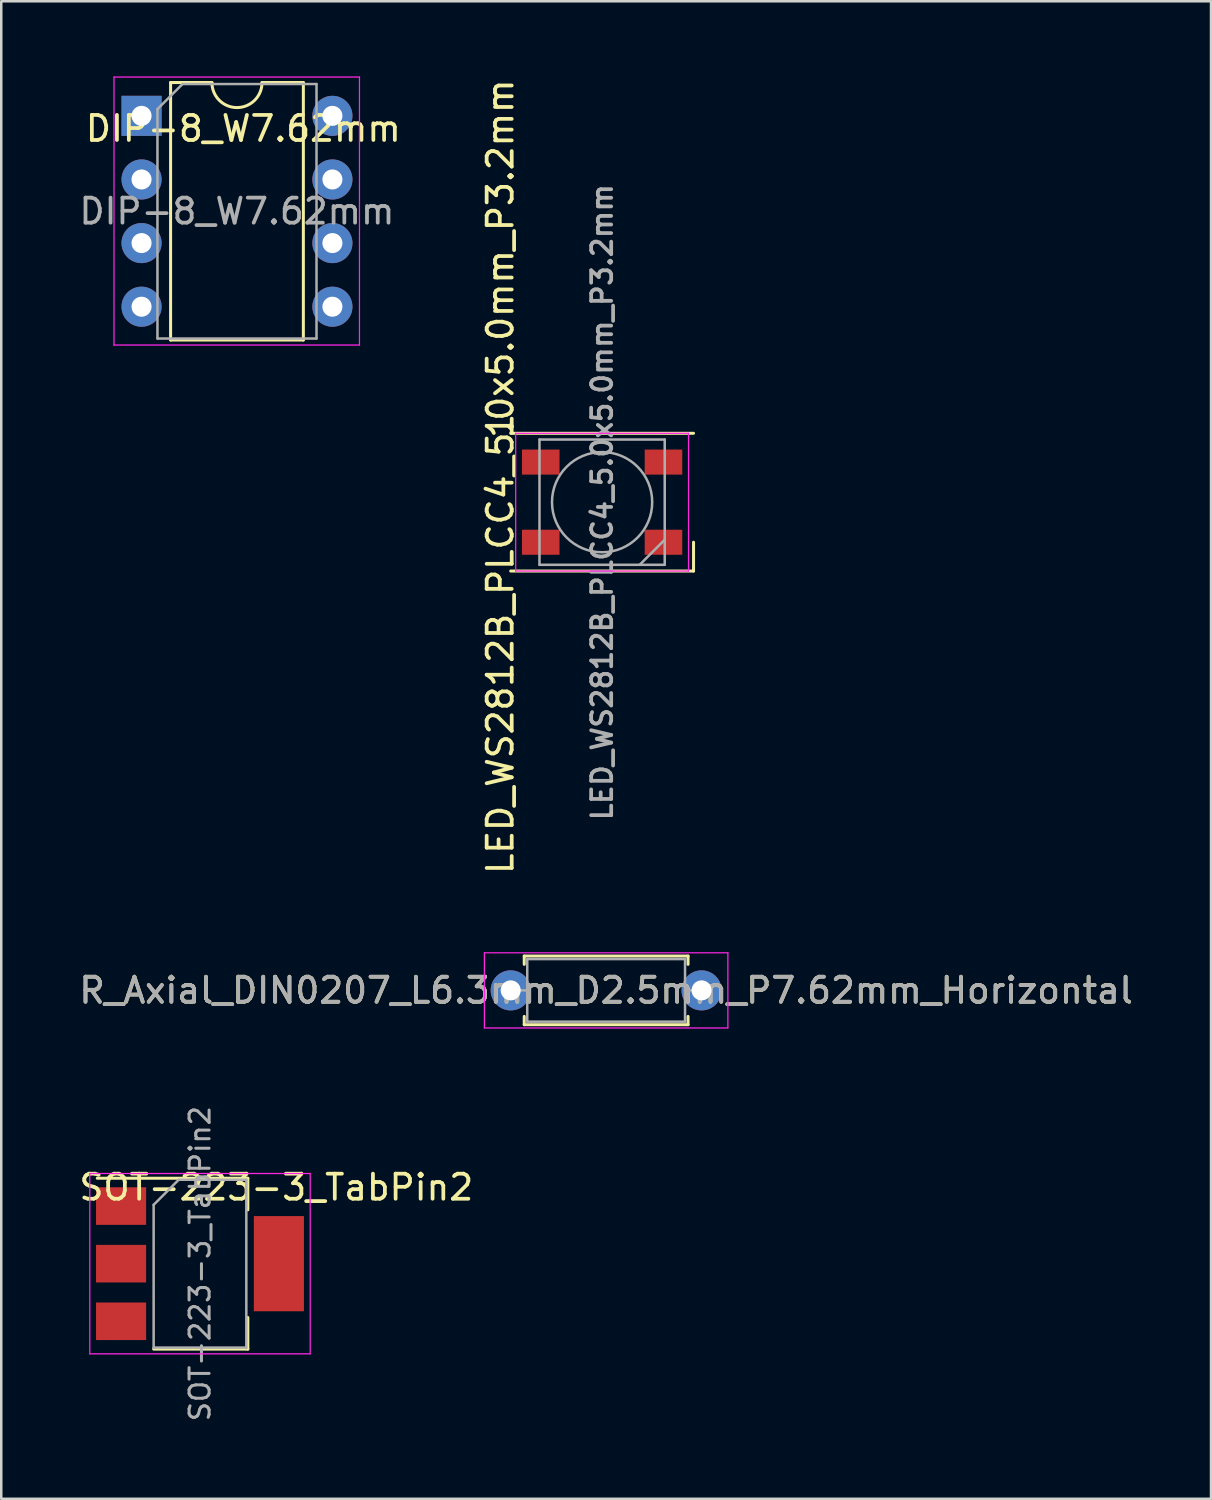
<source format=kicad_pcb>
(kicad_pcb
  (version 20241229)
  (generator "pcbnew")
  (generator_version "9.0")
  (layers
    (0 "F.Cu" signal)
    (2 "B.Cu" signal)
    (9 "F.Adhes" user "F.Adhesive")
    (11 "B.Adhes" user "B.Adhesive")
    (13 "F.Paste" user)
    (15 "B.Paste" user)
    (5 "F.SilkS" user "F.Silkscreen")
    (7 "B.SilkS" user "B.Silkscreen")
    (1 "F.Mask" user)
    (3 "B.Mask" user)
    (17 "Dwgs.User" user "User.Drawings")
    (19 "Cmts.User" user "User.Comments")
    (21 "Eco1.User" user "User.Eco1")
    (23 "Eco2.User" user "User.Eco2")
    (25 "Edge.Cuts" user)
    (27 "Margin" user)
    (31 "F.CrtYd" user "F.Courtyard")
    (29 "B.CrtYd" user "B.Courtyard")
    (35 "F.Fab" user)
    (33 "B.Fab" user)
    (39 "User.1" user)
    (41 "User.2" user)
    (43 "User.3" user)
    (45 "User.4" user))
  (footprint "DIP-8_W7.62mm"
    (layer "F.Cu")
    (at 2.601 1.575)
    (property "Reference" "DIP-8_W7.62mm" (at 4.064 0.508 0) (layer "F.SilkS") (effects (font (size 1 1) (thickness 0.15))))
    (attr through_hole)
    (fp_line (start 1.16 -1.33) (end 1.16 8.95) (stroke (width 0.12) (type solid)) (layer "F.SilkS"))
    (fp_line (start 1.16 8.95) (end 6.46 8.95) (stroke (width 0.12) (type solid)) (layer "F.SilkS"))
    (fp_line (start 2.81 -1.33) (end 1.16 -1.33) (stroke (width 0.12) (type solid)) (layer "F.SilkS"))
    (fp_line (start 6.46 -1.33) (end 4.81 -1.33) (stroke (width 0.12) (type solid)) (layer "F.SilkS"))
    (fp_line (start 6.46 8.95) (end 6.46 -1.33) (stroke (width 0.12) (type solid)) (layer "F.SilkS"))
    (fp_arc (start 4.81 -1.33) (mid 3.81 -0.33) (end 2.81 -1.33) (stroke (width 0.12) (type solid)) (layer "F.SilkS"))
    (fp_line (start -1.1 -1.55) (end -1.1 9.15) (stroke (width 0.05) (type solid)) (layer "F.CrtYd"))
    (fp_line (start -1.1 9.15) (end 8.7 9.15) (stroke (width 0.05) (type solid)) (layer "F.CrtYd"))
    (fp_line (start 8.7 -1.55) (end -1.1 -1.55) (stroke (width 0.05) (type solid)) (layer "F.CrtYd"))
    (fp_line (start 8.7 9.15) (end 8.7 -1.55) (stroke (width 0.05) (type solid)) (layer "F.CrtYd"))
    (fp_line (start 0.635 -0.27) (end 1.635 -1.27) (stroke (width 0.1) (type solid)) (layer "F.Fab"))
    (fp_line (start 0.635 8.89) (end 0.635 -0.27) (stroke (width 0.1) (type solid)) (layer "F.Fab"))
    (fp_line (start 1.635 -1.27) (end 6.985 -1.27) (stroke (width 0.1) (type solid)) (layer "F.Fab"))
    (fp_line (start 6.985 -1.27) (end 6.985 8.89) (stroke (width 0.1) (type solid)) (layer "F.Fab"))
    (fp_line (start 6.985 8.89) (end 0.635 8.89) (stroke (width 0.1) (type solid)) (layer "F.Fab"))
    (fp_text user "${REFERENCE}" (at 3.81 3.81 0) (layer "F.Fab") (effects (font (size 1 1) (thickness 0.15))))
    (pad "1" thru_hole rect (at 0 0) (size 1.6 1.6) (drill 0.8) (layers "*.Cu" "*.Mask"))
    (pad "2" thru_hole oval (at 0 2.54) (size 1.6 1.6) (drill 0.8) (layers "*.Cu" "*.Mask"))
    (pad "3" thru_hole oval (at 0 5.08) (size 1.6 1.6) (drill 0.8) (layers "*.Cu" "*.Mask"))
    (pad "4" thru_hole oval (at 0 7.62) (size 1.6 1.6) (drill 0.8) (layers "*.Cu" "*.Mask"))
    (pad "5" thru_hole oval (at 7.62 7.62) (size 1.6 1.6) (drill 0.8) (layers "*.Cu" "*.Mask"))
    (pad "6" thru_hole oval (at 7.62 5.08) (size 1.6 1.6) (drill 0.8) (layers "*.Cu" "*.Mask"))
    (pad "7" thru_hole oval (at 7.62 2.54) (size 1.6 1.6) (drill 0.8) (layers "*.Cu" "*.Mask"))
    (pad "8" thru_hole oval (at 7.62 0) (size 1.6 1.6) (drill 0.8) (layers "*.Cu" "*.Mask")))
  (footprint "LED_WS2812B_PLCC4_5.0x5.0mm_P3.2mm"
    (layer "F.Cu")
    (at 20.988 16.998)
    (property "Reference" "LED_WS2812B_PLCC4_5.0x5.0mm_P3.2mm" (at -4.064 -1.016 90) (layer "F.SilkS") (effects (font (size 1 1) (thickness 0.15))))
    (attr smd)
    (fp_line (start -3.65 -2.75) (end 3.65 -2.75) (stroke (width 0.12) (type solid)) (layer "F.SilkS"))
    (fp_line (start -3.65 2.75) (end 3.65 2.75) (stroke (width 0.12) (type solid)) (layer "F.SilkS"))
    (fp_line (start 3.65 2.75) (end 3.65 1.6) (stroke (width 0.12) (type solid)) (layer "F.SilkS"))
    (fp_line (start -3.45 -2.75) (end -3.45 2.75) (stroke (width 0.05) (type solid)) (layer "F.CrtYd"))
    (fp_line (start -3.45 2.75) (end 3.45 2.75) (stroke (width 0.05) (type solid)) (layer "F.CrtYd"))
    (fp_line (start 3.45 -2.75) (end -3.45 -2.75) (stroke (width 0.05) (type solid)) (layer "F.CrtYd"))
    (fp_line (start 3.45 2.75) (end 3.45 -2.75) (stroke (width 0.05) (type solid)) (layer "F.CrtYd"))
    (fp_line (start -2.5 -2.5) (end -2.5 2.5) (stroke (width 0.1) (type solid)) (layer "F.Fab"))
    (fp_line (start -2.5 2.5) (end 2.5 2.5) (stroke (width 0.1) (type solid)) (layer "F.Fab"))
    (fp_line (start 2.5 -2.5) (end -2.5 -2.5) (stroke (width 0.1) (type solid)) (layer "F.Fab"))
    (fp_line (start 2.5 1.5) (end 1.5 2.5) (stroke (width 0.1) (type solid)) (layer "F.Fab"))
    (fp_line (start 2.5 2.5) (end 2.5 -2.5) (stroke (width 0.1) (type solid)) (layer "F.Fab"))
    (fp_circle (center 0 0) (end 0 -2) (stroke (width 0.1) (type solid)) (fill no) (layer "F.Fab"))
    (fp_text user "1" (at -4.064 -3.048 90) (layer "F.SilkS") (effects (font (size 1 1) (thickness 0.15))))
    (fp_text user "${REFERENCE}" (at 0 0 90) (layer "F.Fab") (effects (font (size 0.8 0.8) (thickness 0.15))))
    (pad "1" smd rect (at -2.45 -1.6) (size 1.5 1) (layers "F.Cu" "F.Mask" "F.Paste"))
    (pad "2" smd rect (at -2.45 1.6) (size 1.5 1) (layers "F.Cu" "F.Mask" "F.Paste"))
    (pad "3" smd rect (at 2.45 1.6) (size 1.5 1) (layers "F.Cu" "F.Mask" "F.Paste"))
    (pad "4" smd rect (at 2.45 -1.6) (size 1.5 1) (layers "F.Cu" "F.Mask" "F.Paste")))
  (footprint "SOT-223-3_TabPin2"
    (layer "F.Cu")
    (at 4.934 47.4)
    (property "Reference" "SOT-223-3_TabPin2" (at 3.048 -3.048 180) (layer "F.SilkS") (effects (font (size 1 1) (thickness 0.15))))
    (attr smd)
    (fp_line (start -4.1 -3.41) (end 1.91 -3.41) (stroke (width 0.12) (type solid)) (layer "F.SilkS"))
    (fp_line (start -1.85 3.41) (end 1.91 3.41) (stroke (width 0.12) (type solid)) (layer "F.SilkS"))
    (fp_line (start 1.91 -3.41) (end 1.91 -2.15) (stroke (width 0.12) (type solid)) (layer "F.SilkS"))
    (fp_line (start 1.91 3.41) (end 1.91 2.15) (stroke (width 0.12) (type solid)) (layer "F.SilkS"))
    (fp_line (start -4.4 -3.6) (end -4.4 3.6) (stroke (width 0.05) (type solid)) (layer "F.CrtYd"))
    (fp_line (start -4.4 3.6) (end 4.4 3.6) (stroke (width 0.05) (type solid)) (layer "F.CrtYd"))
    (fp_line (start 4.4 -3.6) (end -4.4 -3.6) (stroke (width 0.05) (type solid)) (layer "F.CrtYd"))
    (fp_line (start 4.4 3.6) (end 4.4 -3.6) (stroke (width 0.05) (type solid)) (layer "F.CrtYd"))
    (fp_line (start -1.85 -2.35) (end -1.85 3.35) (stroke (width 0.1) (type solid)) (layer "F.Fab"))
    (fp_line (start -1.85 -2.35) (end -0.85 -3.35) (stroke (width 0.1) (type solid)) (layer "F.Fab"))
    (fp_line (start -1.85 3.35) (end 1.85 3.35) (stroke (width 0.1) (type solid)) (layer "F.Fab"))
    (fp_line (start -0.85 -3.35) (end 1.85 -3.35) (stroke (width 0.1) (type solid)) (layer "F.Fab"))
    (fp_line (start 1.85 -3.35) (end 1.85 3.35) (stroke (width 0.1) (type solid)) (layer "F.Fab"))
    (fp_text user "${REFERENCE}" (at 0 0 90) (layer "F.Fab") (effects (font (size 0.8 0.8) (thickness 0.12))))
    (pad "1" smd rect (at -3.15 -2.3) (size 2 1.5) (layers "F.Cu" "F.Mask" "F.Paste"))
    (pad "2" smd rect (at -3.15 0) (size 2 1.5) (layers "F.Cu" "F.Mask" "F.Paste"))
    (pad "2" smd rect (at 3.15 0) (size 2 3.8) (layers "F.Cu" "F.Mask" "F.Paste"))
    (pad "3" smd rect (at -3.15 2.3) (size 2 1.5) (layers "F.Cu" "F.Mask" "F.Paste")))
  (footprint "R_Axial_DIN0207_L6.3mm_D2.5mm_P7.62mm_Horizontal"
    (layer "F.Cu")
    (at 17.339 36.489)
    (property "Reference" "R_Axial_DIN0207_L6.3mm_D2.5mm_P7.62mm_Horizontal" (at 3.81 0 180) (layer "F.SilkS") (effects (font (size 1 1) (thickness 0.15))))
    (attr through_hole)
    (fp_line (start 0.54 -1.37) (end 7.08 -1.37) (stroke (width 0.12) (type solid)) (layer "F.SilkS"))
    (fp_line (start 0.54 -1.04) (end 0.54 -1.37) (stroke (width 0.12) (type solid)) (layer "F.SilkS"))
    (fp_line (start 0.54 1.04) (end 0.54 1.37) (stroke (width 0.12) (type solid)) (layer "F.SilkS"))
    (fp_line (start 0.54 1.37) (end 7.08 1.37) (stroke (width 0.12) (type solid)) (layer "F.SilkS"))
    (fp_line (start 7.08 -1.37) (end 7.08 -1.04) (stroke (width 0.12) (type solid)) (layer "F.SilkS"))
    (fp_line (start 7.08 1.37) (end 7.08 1.04) (stroke (width 0.12) (type solid)) (layer "F.SilkS"))
    (fp_line (start -1.05 -1.5) (end -1.05 1.5) (stroke (width 0.05) (type solid)) (layer "F.CrtYd"))
    (fp_line (start -1.05 1.5) (end 8.67 1.5) (stroke (width 0.05) (type solid)) (layer "F.CrtYd"))
    (fp_line (start 8.67 -1.5) (end -1.05 -1.5) (stroke (width 0.05) (type solid)) (layer "F.CrtYd"))
    (fp_line (start 8.67 1.5) (end 8.67 -1.5) (stroke (width 0.05) (type solid)) (layer "F.CrtYd"))
    (fp_line (start 0 0) (end 0.66 0) (stroke (width 0.1) (type solid)) (layer "F.Fab"))
    (fp_line (start 0.66 -1.25) (end 0.66 1.25) (stroke (width 0.1) (type solid)) (layer "F.Fab"))
    (fp_line (start 0.66 1.25) (end 6.96 1.25) (stroke (width 0.1) (type solid)) (layer "F.Fab"))
    (fp_line (start 6.96 -1.25) (end 0.66 -1.25) (stroke (width 0.1) (type solid)) (layer "F.Fab"))
    (fp_line (start 6.96 1.25) (end 6.96 -1.25) (stroke (width 0.1) (type solid)) (layer "F.Fab"))
    (fp_line (start 7.62 0) (end 6.96 0) (stroke (width 0.1) (type solid)) (layer "F.Fab"))
    (fp_text user "${REFERENCE}" (at 3.81 0 180) (layer "F.Fab") (effects (font (size 1 1) (thickness 0.15))))
    (pad "1" thru_hole circle (at 0 0) (size 1.6 1.6) (drill 0.8) (layers "*.Cu" "*.Mask"))
    (pad "2" thru_hole oval (at 7.62 0) (size 1.6 1.6) (drill 0.8) (layers "*.Cu" "*.Mask")))
  (gr_rect
    (start -3 -3)
    (end 45.298 56.786)
    (stroke (width 0.1) (type default))
    (fill no)
    (layer "Edge.Cuts")))
</source>
